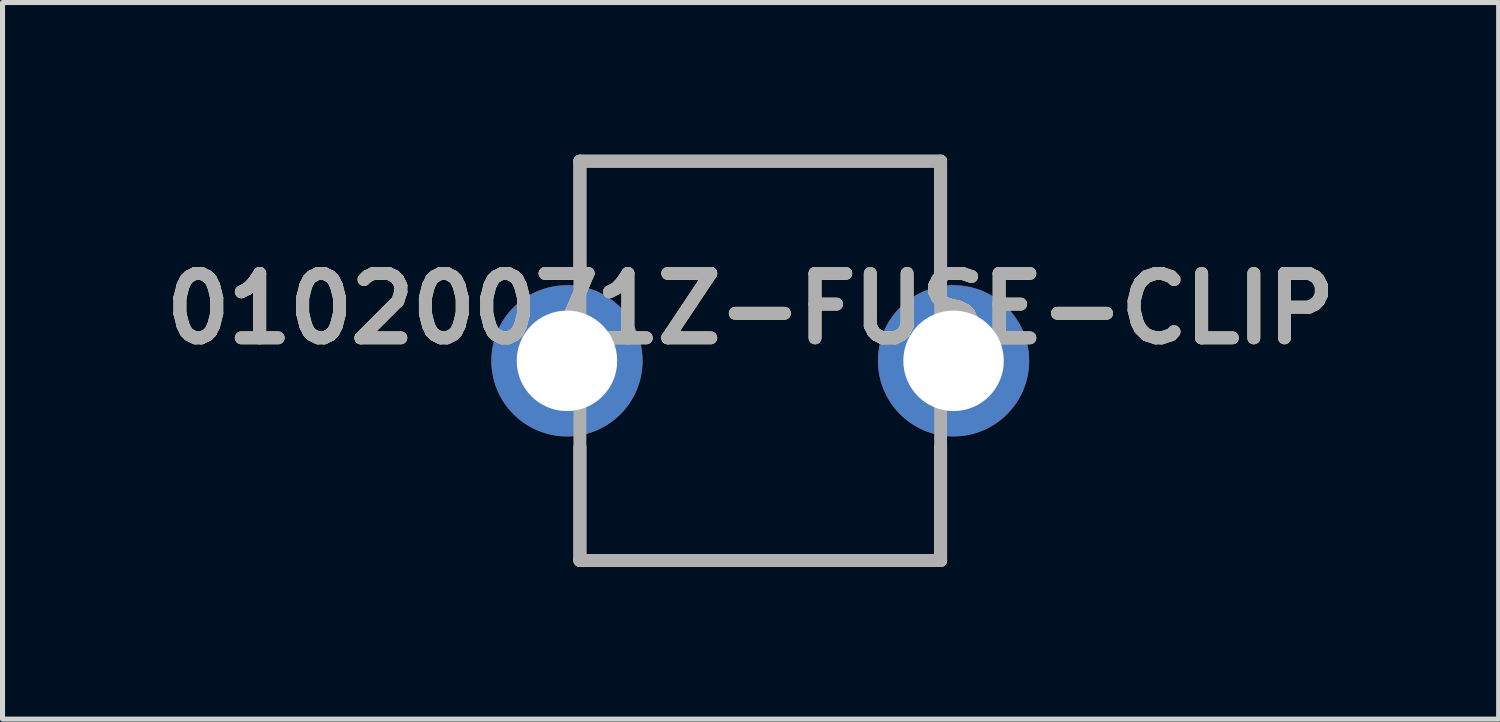
<source format=kicad_pcb>
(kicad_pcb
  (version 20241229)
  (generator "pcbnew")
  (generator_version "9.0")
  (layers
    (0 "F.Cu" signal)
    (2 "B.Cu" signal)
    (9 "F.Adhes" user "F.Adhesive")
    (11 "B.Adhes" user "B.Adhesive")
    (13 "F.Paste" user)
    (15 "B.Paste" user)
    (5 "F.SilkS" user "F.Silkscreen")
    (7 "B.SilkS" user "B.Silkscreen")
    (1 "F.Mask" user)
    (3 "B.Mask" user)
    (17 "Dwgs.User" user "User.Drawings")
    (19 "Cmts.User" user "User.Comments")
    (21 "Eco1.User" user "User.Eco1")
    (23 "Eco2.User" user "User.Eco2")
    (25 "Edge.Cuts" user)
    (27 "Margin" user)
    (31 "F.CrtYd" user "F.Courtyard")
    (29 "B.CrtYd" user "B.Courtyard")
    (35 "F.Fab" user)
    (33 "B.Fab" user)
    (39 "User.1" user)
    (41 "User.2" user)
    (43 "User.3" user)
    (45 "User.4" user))
  (footprint "01020071Z-FUSE-CLIP"
    (layer "F.Cu")
    (at 11.935 4.062)
    (property "Reference" "01020071Z-FUSE-CLIP" (at -0.19 -1.027 0) (layer "F.SilkS") (effects (font (size 1.27 1.27) (thickness 0.254))))
    (attr through_hole)
    (fp_line (start -3.555 -3.935) (end -3.555 -1.7) (stroke (width 0.254) (type solid)) (layer "F.SilkS"))
    (fp_line (start -3.555 -3.935) (end 3.555 -3.935) (stroke (width 0.254) (type solid)) (layer "F.SilkS"))
    (fp_line (start -3.555 3.935) (end -3.555 1.7) (stroke (width 0.254) (type solid)) (layer "F.SilkS"))
    (fp_line (start -3.555 3.935) (end 3.555 3.935) (stroke (width 0.254) (type solid)) (layer "F.SilkS"))
    (fp_line (start 3.555 -3.935) (end 3.555 -1.7) (stroke (width 0.254) (type solid)) (layer "F.SilkS"))
    (fp_line (start 3.555 3.935) (end 3.555 1.7) (stroke (width 0.254) (type solid)) (layer "F.SilkS"))
    (fp_line (start -3.555 -3.935) (end 3.555 -3.935) (stroke (width 0.254) (type solid)) (layer "F.Fab"))
    (fp_line (start -3.555 3.935) (end -3.555 -3.935) (stroke (width 0.254) (type solid)) (layer "F.Fab"))
    (fp_line (start 3.555 -3.935) (end 3.555 3.935) (stroke (width 0.254) (type solid)) (layer "F.Fab"))
    (fp_line (start 3.555 3.935) (end -3.555 3.935) (stroke (width 0.254) (type solid)) (layer "F.Fab"))
    (fp_text user "${REFERENCE}" (at -0.19 -1.027 0) (layer "F.Fab") (effects (font (size 1.27 1.27) (thickness 0.254))))
    (pad "1" thru_hole circle (at -3.81 0) (size 2.98 2.98) (drill 1.98) (layers "*.Cu" "*.Mask"))
    (pad "2" thru_hole circle (at 3.81 0) (size 2.98 2.98) (drill 1.98) (layers "*.Cu" "*.Mask")))
  (gr_rect
    (start -3 -3)
    (end 26.489 11.124)
    (stroke (width 0.1) (type default))
    (fill no)
    (layer "Edge.Cuts")))
</source>
